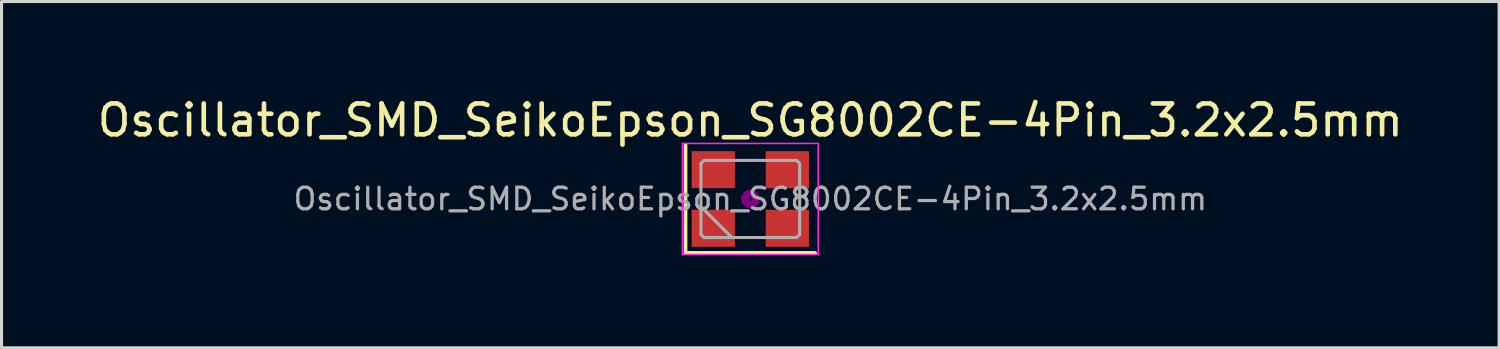
<source format=kicad_pcb>
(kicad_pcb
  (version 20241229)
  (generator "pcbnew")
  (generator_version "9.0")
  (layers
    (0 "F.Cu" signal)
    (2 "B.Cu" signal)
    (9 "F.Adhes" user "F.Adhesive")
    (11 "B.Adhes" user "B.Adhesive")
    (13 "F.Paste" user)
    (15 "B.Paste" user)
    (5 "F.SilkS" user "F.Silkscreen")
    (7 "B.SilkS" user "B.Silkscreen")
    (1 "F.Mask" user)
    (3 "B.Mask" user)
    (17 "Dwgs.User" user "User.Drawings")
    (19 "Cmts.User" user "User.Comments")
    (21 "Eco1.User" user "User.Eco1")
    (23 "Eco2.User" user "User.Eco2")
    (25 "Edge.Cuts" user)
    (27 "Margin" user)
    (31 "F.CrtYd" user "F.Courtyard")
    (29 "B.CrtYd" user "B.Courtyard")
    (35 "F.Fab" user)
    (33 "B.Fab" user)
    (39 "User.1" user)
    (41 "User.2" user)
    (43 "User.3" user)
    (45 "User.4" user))
  (footprint "Oscillator_SMD_SeikoEpson_SG8002CE-4Pin_3.2x2.5mm"
    (layer "F.Cu")
    (at 21.268 3.398)
    (property "Reference" "Oscillator_SMD_SeikoEpson_SG8002CE-4Pin_3.2x2.5mm" (at 0 -2.55 0) (layer "F.SilkS") (effects (font (size 1 1) (thickness 0.15))))
    (attr smd)
    (fp_line (start -2.1 -1.75) (end -2.1 1.75) (stroke (width 0.12) (type solid)) (layer "F.SilkS"))
    (fp_line (start -2.1 1.75) (end 2.1 1.75) (stroke (width 0.12) (type solid)) (layer "F.SilkS"))
    (fp_circle (center 0 0) (end 0.058 0) (stroke (width 0.117) (type solid)) (fill no) (layer "F.Adhes"))
    (fp_circle (center 0 0) (end 0.133 0) (stroke (width 0.083) (type solid)) (fill no) (layer "F.Adhes"))
    (fp_circle (center 0 0) (end 0.208 0) (stroke (width 0.083) (type solid)) (fill no) (layer "F.Adhes"))
    (fp_circle (center 0 0) (end 0.25 0) (stroke (width 0.1) (type solid)) (fill no) (layer "F.Adhes"))
    (fp_line (start -2.2 -1.8) (end -2.2 1.8) (stroke (width 0.05) (type solid)) (layer "F.CrtYd"))
    (fp_line (start -2.2 1.8) (end 2.2 1.8) (stroke (width 0.05) (type solid)) (layer "F.CrtYd"))
    (fp_line (start 2.2 -1.8) (end -2.2 -1.8) (stroke (width 0.05) (type solid)) (layer "F.CrtYd"))
    (fp_line (start 2.2 1.8) (end 2.2 -1.8) (stroke (width 0.05) (type solid)) (layer "F.CrtYd"))
    (fp_line (start -1.6 -1.15) (end -1.5 -1.25) (stroke (width 0.1) (type solid)) (layer "F.Fab"))
    (fp_line (start -1.6 0.25) (end -0.6 1.25) (stroke (width 0.1) (type solid)) (layer "F.Fab"))
    (fp_line (start -1.6 1.15) (end -1.6 -1.15) (stroke (width 0.1) (type solid)) (layer "F.Fab"))
    (fp_line (start -1.5 -1.25) (end 1.5 -1.25) (stroke (width 0.1) (type solid)) (layer "F.Fab"))
    (fp_line (start -1.5 1.25) (end -1.6 1.15) (stroke (width 0.1) (type solid)) (layer "F.Fab"))
    (fp_line (start 1.5 -1.25) (end 1.6 -1.15) (stroke (width 0.1) (type solid)) (layer "F.Fab"))
    (fp_line (start 1.5 1.25) (end -1.5 1.25) (stroke (width 0.1) (type solid)) (layer "F.Fab"))
    (fp_line (start 1.6 -1.15) (end 1.6 1.15) (stroke (width 0.1) (type solid)) (layer "F.Fab"))
    (fp_line (start 1.6 1.15) (end 1.5 1.25) (stroke (width 0.1) (type solid)) (layer "F.Fab"))
    (fp_text user "${REFERENCE}" (at 0 0 0) (layer "F.Fab") (effects (font (size 0.7 0.7) (thickness 0.105))))
    (pad "1" smd rect (at -1.2 0.95) (size 1.4 1.2) (layers "F.Cu" "F.Mask" "F.Paste"))
    (pad "2" smd rect (at 1.2 0.95) (size 1.4 1.2) (layers "F.Cu" "F.Mask" "F.Paste"))
    (pad "3" smd rect (at 1.2 -0.95) (size 1.4 1.2) (layers "F.Cu" "F.Mask" "F.Paste"))
    (pad "4" smd rect (at -1.2 -0.95) (size 1.4 1.2) (layers "F.Cu" "F.Mask" "F.Paste")))
  (gr_rect
    (start -3 -3)
    (end 45.536 8.223)
    (stroke (width 0.1) (type default))
    (fill no)
    (layer "Edge.Cuts")))
</source>
